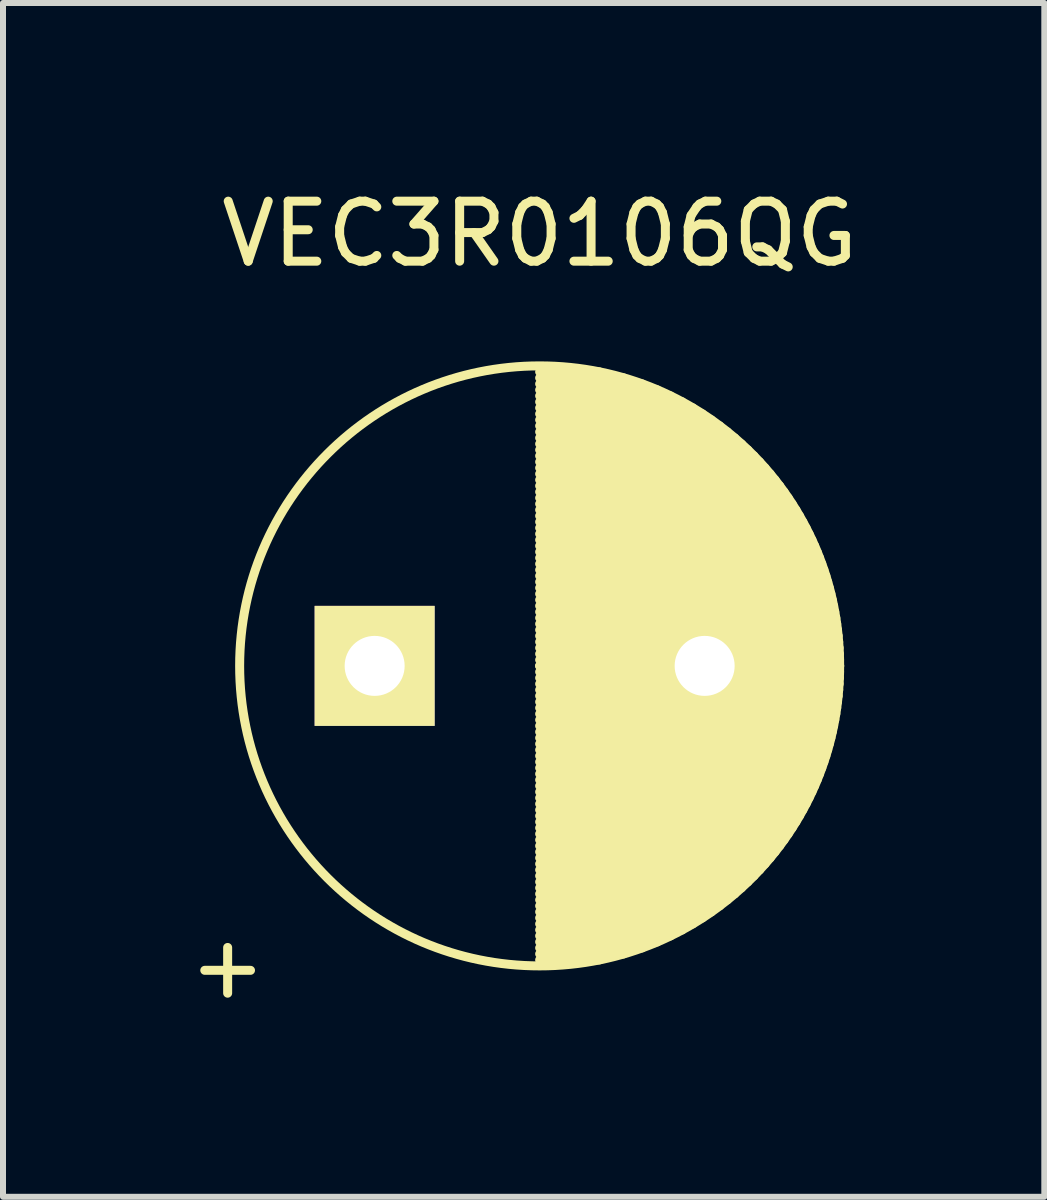
<source format=kicad_pcb>
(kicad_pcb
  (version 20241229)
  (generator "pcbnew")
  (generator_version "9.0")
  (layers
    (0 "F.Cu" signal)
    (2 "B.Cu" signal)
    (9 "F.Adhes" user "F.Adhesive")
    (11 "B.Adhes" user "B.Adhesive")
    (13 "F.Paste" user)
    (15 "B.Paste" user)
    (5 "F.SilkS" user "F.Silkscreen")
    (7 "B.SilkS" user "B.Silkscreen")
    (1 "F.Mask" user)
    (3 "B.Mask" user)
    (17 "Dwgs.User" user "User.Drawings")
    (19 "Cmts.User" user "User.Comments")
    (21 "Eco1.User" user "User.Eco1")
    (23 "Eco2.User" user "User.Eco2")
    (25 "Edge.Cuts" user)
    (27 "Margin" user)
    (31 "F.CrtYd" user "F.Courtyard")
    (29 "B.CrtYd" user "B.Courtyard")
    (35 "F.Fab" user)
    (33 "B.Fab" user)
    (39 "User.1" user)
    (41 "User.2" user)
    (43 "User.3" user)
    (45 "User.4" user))
  (footprint "VEC3R0106QG"
    (layer "F.Cu")
    (at 3.194 8.048)
    (property "Reference" "VEC3R0106QG" (at 2.75 -7.2 0) (layer "F.SilkS") (effects (font (size 1 1) (thickness 0.15))))
    (attr through_hole)
    (fp_line (start 2.75 -4.9) (end 3.745 -4.9) (stroke (width 0.15) (type solid)) (layer "F.SilkS"))
    (fp_line (start 2.75 -4.8) (end 4.15 -4.8) (stroke (width 0.15) (type solid)) (layer "F.SilkS"))
    (fp_line (start 2.75 -4.7) (end 4.456 -4.7) (stroke (width 0.15) (type solid)) (layer "F.SilkS"))
    (fp_line (start 2.75 -4.6) (end 4.71 -4.6) (stroke (width 0.15) (type solid)) (layer "F.SilkS"))
    (fp_line (start 2.75 -4.5) (end 4.929 -4.5) (stroke (width 0.15) (type solid)) (layer "F.SilkS"))
    (fp_line (start 2.75 -4.4) (end 5.125 -4.4) (stroke (width 0.15) (type solid)) (layer "F.SilkS"))
    (fp_line (start 2.75 -4.3) (end 5.301 -4.3) (stroke (width 0.15) (type solid)) (layer "F.SilkS"))
    (fp_line (start 2.75 -4.2) (end 5.463 -4.2) (stroke (width 0.15) (type solid)) (layer "F.SilkS"))
    (fp_line (start 2.75 -4.1) (end 5.612 -4.1) (stroke (width 0.15) (type solid)) (layer "F.SilkS"))
    (fp_line (start 2.75 -4) (end 5.75 -4) (stroke (width 0.15) (type solid)) (layer "F.SilkS"))
    (fp_line (start 2.75 -3.9) (end 5.879 -3.9) (stroke (width 0.15) (type solid)) (layer "F.SilkS"))
    (fp_line (start 2.75 -3.8) (end 6 -3.8) (stroke (width 0.15) (type solid)) (layer "F.SilkS"))
    (fp_line (start 2.75 -3.7) (end 6.113 -3.7) (stroke (width 0.15) (type solid)) (layer "F.SilkS"))
    (fp_line (start 2.75 -3.6) (end 6.22 -3.6) (stroke (width 0.15) (type solid)) (layer "F.SilkS"))
    (fp_line (start 2.75 -3.5) (end 6.321 -3.5) (stroke (width 0.15) (type solid)) (layer "F.SilkS"))
    (fp_line (start 2.75 -3.4) (end 6.416 -3.4) (stroke (width 0.15) (type solid)) (layer "F.SilkS"))
    (fp_line (start 2.75 -3.3) (end 6.506 -3.3) (stroke (width 0.15) (type solid)) (layer "F.SilkS"))
    (fp_line (start 2.75 -3.2) (end 6.592 -3.2) (stroke (width 0.15) (type solid)) (layer "F.SilkS"))
    (fp_line (start 2.75 -3.1) (end 6.673 -3.1) (stroke (width 0.15) (type solid)) (layer "F.SilkS"))
    (fp_line (start 2.75 -3) (end 6.75 -3) (stroke (width 0.15) (type solid)) (layer "F.SilkS"))
    (fp_line (start 2.75 -2.9) (end 6.823 -2.9) (stroke (width 0.15) (type solid)) (layer "F.SilkS"))
    (fp_line (start 2.75 -2.8) (end 6.892 -2.8) (stroke (width 0.15) (type solid)) (layer "F.SilkS"))
    (fp_line (start 2.75 -2.7) (end 6.958 -2.7) (stroke (width 0.15) (type solid)) (layer "F.SilkS"))
    (fp_line (start 2.75 -2.6) (end 7.021 -2.6) (stroke (width 0.15) (type solid)) (layer "F.SilkS"))
    (fp_line (start 2.75 -2.5) (end 7.08 -2.5) (stroke (width 0.15) (type solid)) (layer "F.SilkS"))
    (fp_line (start 2.75 -2.4) (end 7.136 -2.4) (stroke (width 0.15) (type solid)) (layer "F.SilkS"))
    (fp_line (start 2.75 -2.3) (end 7.19 -2.3) (stroke (width 0.15) (type solid)) (layer "F.SilkS"))
    (fp_line (start 2.75 -2.2) (end 7.24 -2.2) (stroke (width 0.15) (type solid)) (layer "F.SilkS"))
    (fp_line (start 2.75 -2.1) (end 7.288 -2.1) (stroke (width 0.15) (type solid)) (layer "F.SilkS"))
    (fp_line (start 2.75 -2) (end 7.333 -2) (stroke (width 0.15) (type solid)) (layer "F.SilkS"))
    (fp_line (start 2.75 -1.9) (end 7.375 -1.9) (stroke (width 0.15) (type solid)) (layer "F.SilkS"))
    (fp_line (start 2.75 -1.8) (end 7.415 -1.8) (stroke (width 0.15) (type solid)) (layer "F.SilkS"))
    (fp_line (start 2.75 -1.7) (end 7.452 -1.7) (stroke (width 0.15) (type solid)) (layer "F.SilkS"))
    (fp_line (start 2.75 -1.6) (end 7.487 -1.6) (stroke (width 0.15) (type solid)) (layer "F.SilkS"))
    (fp_line (start 2.75 -1.5) (end 7.52 -1.5) (stroke (width 0.15) (type solid)) (layer "F.SilkS"))
    (fp_line (start 2.75 -1.4) (end 7.55 -1.4) (stroke (width 0.15) (type solid)) (layer "F.SilkS"))
    (fp_line (start 2.75 -1.3) (end 7.578 -1.3) (stroke (width 0.15) (type solid)) (layer "F.SilkS"))
    (fp_line (start 2.75 -1.2) (end 7.604 -1.2) (stroke (width 0.15) (type solid)) (layer "F.SilkS"))
    (fp_line (start 2.75 -1.1) (end 7.627 -1.1) (stroke (width 0.15) (type solid)) (layer "F.SilkS"))
    (fp_line (start 2.75 -1) (end 7.649 -1) (stroke (width 0.15) (type solid)) (layer "F.SilkS"))
    (fp_line (start 2.75 -0.9) (end 7.668 -0.9) (stroke (width 0.15) (type solid)) (layer "F.SilkS"))
    (fp_line (start 2.75 -0.8) (end 7.686 -0.8) (stroke (width 0.15) (type solid)) (layer "F.SilkS"))
    (fp_line (start 2.75 -0.7) (end 7.701 -0.7) (stroke (width 0.15) (type solid)) (layer "F.SilkS"))
    (fp_line (start 2.75 -0.6) (end 7.714 -0.6) (stroke (width 0.15) (type solid)) (layer "F.SilkS"))
    (fp_line (start 2.75 -0.5) (end 7.725 -0.5) (stroke (width 0.15) (type solid)) (layer "F.SilkS"))
    (fp_line (start 2.75 -0.4) (end 7.734 -0.4) (stroke (width 0.15) (type solid)) (layer "F.SilkS"))
    (fp_line (start 2.75 -0.3) (end 7.741 -0.3) (stroke (width 0.15) (type solid)) (layer "F.SilkS"))
    (fp_line (start 2.75 -0.2) (end 7.746 -0.2) (stroke (width 0.15) (type solid)) (layer "F.SilkS"))
    (fp_line (start 2.75 -0.1) (end 7.749 -0.1) (stroke (width 0.15) (type solid)) (layer "F.SilkS"))
    (fp_line (start 2.75 0) (end 7.75 0) (stroke (width 0.15) (type solid)) (layer "F.SilkS"))
    (fp_line (start 2.75 0) (end 7.75 0) (stroke (width 0.15) (type solid)) (layer "F.SilkS"))
    (fp_line (start 2.75 0.1) (end 7.749 0.1) (stroke (width 0.15) (type solid)) (layer "F.SilkS"))
    (fp_line (start 2.75 0.2) (end 7.746 0.2) (stroke (width 0.15) (type solid)) (layer "F.SilkS"))
    (fp_line (start 2.75 0.3) (end 7.741 0.3) (stroke (width 0.15) (type solid)) (layer "F.SilkS"))
    (fp_line (start 2.75 0.4) (end 7.734 0.4) (stroke (width 0.15) (type solid)) (layer "F.SilkS"))
    (fp_line (start 2.75 0.5) (end 7.725 0.5) (stroke (width 0.15) (type solid)) (layer "F.SilkS"))
    (fp_line (start 2.75 0.6) (end 7.714 0.6) (stroke (width 0.15) (type solid)) (layer "F.SilkS"))
    (fp_line (start 2.75 0.7) (end 7.701 0.7) (stroke (width 0.15) (type solid)) (layer "F.SilkS"))
    (fp_line (start 2.75 0.8) (end 7.686 0.8) (stroke (width 0.15) (type solid)) (layer "F.SilkS"))
    (fp_line (start 2.75 0.9) (end 7.668 0.9) (stroke (width 0.15) (type solid)) (layer "F.SilkS"))
    (fp_line (start 2.75 1) (end 7.649 1) (stroke (width 0.15) (type solid)) (layer "F.SilkS"))
    (fp_line (start 2.75 1.1) (end 7.627 1.1) (stroke (width 0.15) (type solid)) (layer "F.SilkS"))
    (fp_line (start 2.75 1.2) (end 7.604 1.2) (stroke (width 0.15) (type solid)) (layer "F.SilkS"))
    (fp_line (start 2.75 1.3) (end 7.578 1.3) (stroke (width 0.15) (type solid)) (layer "F.SilkS"))
    (fp_line (start 2.75 1.4) (end 7.55 1.4) (stroke (width 0.15) (type solid)) (layer "F.SilkS"))
    (fp_line (start 2.75 1.5) (end 7.52 1.5) (stroke (width 0.15) (type solid)) (layer "F.SilkS"))
    (fp_line (start 2.75 1.6) (end 7.487 1.6) (stroke (width 0.15) (type solid)) (layer "F.SilkS"))
    (fp_line (start 2.75 1.7) (end 7.452 1.7) (stroke (width 0.15) (type solid)) (layer "F.SilkS"))
    (fp_line (start 2.75 1.8) (end 7.415 1.8) (stroke (width 0.15) (type solid)) (layer "F.SilkS"))
    (fp_line (start 2.75 1.9) (end 7.375 1.9) (stroke (width 0.15) (type solid)) (layer "F.SilkS"))
    (fp_line (start 2.75 2) (end 7.333 2) (stroke (width 0.15) (type solid)) (layer "F.SilkS"))
    (fp_line (start 2.75 2.1) (end 7.288 2.1) (stroke (width 0.15) (type solid)) (layer "F.SilkS"))
    (fp_line (start 2.75 2.2) (end 7.24 2.2) (stroke (width 0.15) (type solid)) (layer "F.SilkS"))
    (fp_line (start 2.75 2.3) (end 7.19 2.3) (stroke (width 0.15) (type solid)) (layer "F.SilkS"))
    (fp_line (start 2.75 2.4) (end 7.136 2.4) (stroke (width 0.15) (type solid)) (layer "F.SilkS"))
    (fp_line (start 2.75 2.5) (end 7.08 2.5) (stroke (width 0.15) (type solid)) (layer "F.SilkS"))
    (fp_line (start 2.75 2.6) (end 7.021 2.6) (stroke (width 0.15) (type solid)) (layer "F.SilkS"))
    (fp_line (start 2.75 2.7) (end 6.958 2.7) (stroke (width 0.15) (type solid)) (layer "F.SilkS"))
    (fp_line (start 2.75 2.8) (end 6.892 2.8) (stroke (width 0.15) (type solid)) (layer "F.SilkS"))
    (fp_line (start 2.75 2.9) (end 6.823 2.9) (stroke (width 0.15) (type solid)) (layer "F.SilkS"))
    (fp_line (start 2.75 3) (end 6.75 3) (stroke (width 0.15) (type solid)) (layer "F.SilkS"))
    (fp_line (start 2.75 3.1) (end 6.673 3.1) (stroke (width 0.15) (type solid)) (layer "F.SilkS"))
    (fp_line (start 2.75 3.2) (end 6.592 3.2) (stroke (width 0.15) (type solid)) (layer "F.SilkS"))
    (fp_line (start 2.75 3.3) (end 6.506 3.3) (stroke (width 0.15) (type solid)) (layer "F.SilkS"))
    (fp_line (start 2.75 3.4) (end 6.416 3.4) (stroke (width 0.15) (type solid)) (layer "F.SilkS"))
    (fp_line (start 2.75 3.5) (end 6.321 3.5) (stroke (width 0.15) (type solid)) (layer "F.SilkS"))
    (fp_line (start 2.75 3.6) (end 6.22 3.6) (stroke (width 0.15) (type solid)) (layer "F.SilkS"))
    (fp_line (start 2.75 3.7) (end 6.113 3.7) (stroke (width 0.15) (type solid)) (layer "F.SilkS"))
    (fp_line (start 2.75 3.8) (end 6 3.8) (stroke (width 0.15) (type solid)) (layer "F.SilkS"))
    (fp_line (start 2.75 3.9) (end 5.879 3.9) (stroke (width 0.15) (type solid)) (layer "F.SilkS"))
    (fp_line (start 2.75 4) (end 5.75 4) (stroke (width 0.15) (type solid)) (layer "F.SilkS"))
    (fp_line (start 2.75 4.1) (end 5.612 4.1) (stroke (width 0.15) (type solid)) (layer "F.SilkS"))
    (fp_line (start 2.75 4.2) (end 5.463 4.2) (stroke (width 0.15) (type solid)) (layer "F.SilkS"))
    (fp_line (start 2.75 4.3) (end 5.301 4.3) (stroke (width 0.15) (type solid)) (layer "F.SilkS"))
    (fp_line (start 2.75 4.4) (end 5.125 4.4) (stroke (width 0.15) (type solid)) (layer "F.SilkS"))
    (fp_line (start 2.75 4.5) (end 4.929 4.5) (stroke (width 0.15) (type solid)) (layer "F.SilkS"))
    (fp_line (start 2.75 4.6) (end 4.71 4.6) (stroke (width 0.15) (type solid)) (layer "F.SilkS"))
    (fp_line (start 2.75 4.7) (end 4.456 4.7) (stroke (width 0.15) (type solid)) (layer "F.SilkS"))
    (fp_line (start 2.75 4.8) (end 4.15 4.8) (stroke (width 0.15) (type solid)) (layer "F.SilkS"))
    (fp_line (start 2.75 4.9) (end 3.745 4.9) (stroke (width 0.15) (type solid)) (layer "F.SilkS"))
    (fp_circle (center 2.75 0) (end 2.75 -5) (stroke (width 0.15) (type solid)) (fill no) (layer "F.SilkS"))
    (fp_text user "+" (at -2.45 5 0) (layer "F.SilkS") (effects (font (size 1 1) (thickness 0.15))))
    (pad "1" thru_hole rect (at 0 0) (size 2 2) (drill 1) (layers "*.Cu" "*.Mask" "F.SilkS"))
    (pad "2" thru_hole circle (at 5.5 0) (size 2 2) (drill 1) (layers "*.Cu" "*.Mask" "F.SilkS")))
  (gr_rect
    (start -3 -3)
    (end 14.355 16.896)
    (stroke (width 0.1) (type default))
    (fill no)
    (layer "Edge.Cuts")))
</source>
